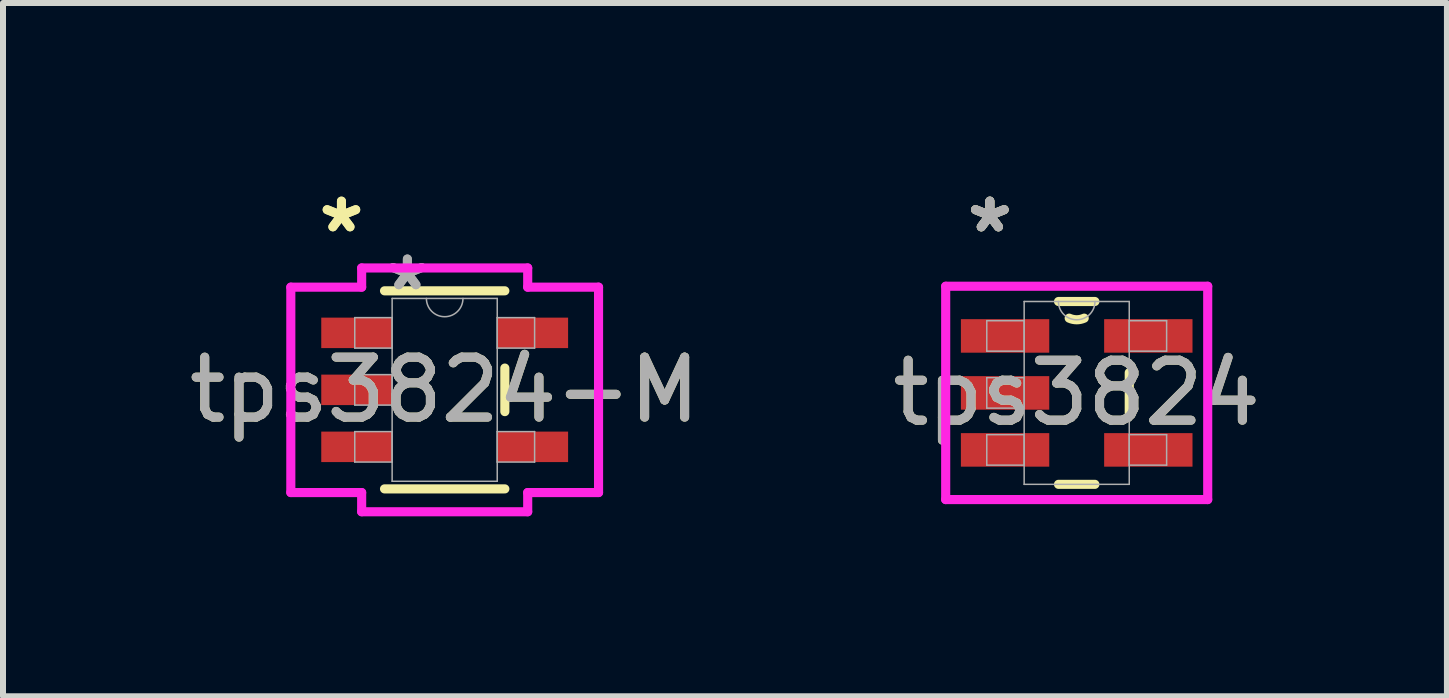
<source format=kicad_pcb>
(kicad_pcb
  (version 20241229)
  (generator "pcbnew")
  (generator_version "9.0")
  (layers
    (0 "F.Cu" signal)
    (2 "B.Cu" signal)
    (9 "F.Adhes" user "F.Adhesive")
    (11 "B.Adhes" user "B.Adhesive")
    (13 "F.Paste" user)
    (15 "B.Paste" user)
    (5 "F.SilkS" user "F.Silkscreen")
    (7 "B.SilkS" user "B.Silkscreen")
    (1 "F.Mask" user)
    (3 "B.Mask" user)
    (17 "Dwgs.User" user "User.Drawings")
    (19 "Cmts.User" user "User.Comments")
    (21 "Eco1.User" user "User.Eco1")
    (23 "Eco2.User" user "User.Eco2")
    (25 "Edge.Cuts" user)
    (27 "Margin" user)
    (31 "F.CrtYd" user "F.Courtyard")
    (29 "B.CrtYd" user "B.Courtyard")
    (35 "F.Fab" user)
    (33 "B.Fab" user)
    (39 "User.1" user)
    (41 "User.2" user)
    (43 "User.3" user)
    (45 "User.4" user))
  (footprint "tps3824"
    (layer "F.Cu")
    (at 14.899 3.5)
    (property "Reference" "tps3824" (at 0 0 0) (unlocked yes) (layer "F.SilkS") (effects (font (size 1 1) (thickness 0.15))))
    (attr smd)
    (fp_line (start -0.303 1.524) (end 0.303 1.524) (stroke (width 0.152) (type solid)) (layer "F.SilkS"))
    (fp_line (start 0.303 -1.524) (end -0.303 -1.524) (stroke (width 0.152) (type solid)) (layer "F.SilkS"))
    (fp_line (start 0.876 0.338) (end 0.876 -0.338) (stroke (width 0.152) (type solid)) (layer "F.SilkS"))
    (fp_arc (start 0.124872 -1.245953) (mid 0 -1.2192) (end -0.124872 -1.245953) (stroke (width 0.1524) (type solid)) (layer "F.SilkS"))
    (fp_line (start -2.184 -1.778) (end 2.184 -1.778) (stroke (width 0.152) (type solid)) (layer "F.CrtYd"))
    (fp_line (start -2.184 1.778) (end -2.184 -1.778) (stroke (width 0.152) (type solid)) (layer "F.CrtYd"))
    (fp_line (start 2.184 -1.778) (end 2.184 1.778) (stroke (width 0.152) (type solid)) (layer "F.CrtYd"))
    (fp_line (start 2.184 1.778) (end -2.184 1.778) (stroke (width 0.152) (type solid)) (layer "F.CrtYd"))
    (fp_line (start -1.499 -1.204) (end -1.499 -0.696) (stroke (width 0.025) (type solid)) (layer "F.Fab"))
    (fp_line (start -1.499 -0.696) (end -0.876 -0.696) (stroke (width 0.025) (type solid)) (layer "F.Fab"))
    (fp_line (start -1.499 -0.254) (end -1.499 0.254) (stroke (width 0.025) (type solid)) (layer "F.Fab"))
    (fp_line (start -1.499 0.254) (end -0.876 0.254) (stroke (width 0.025) (type solid)) (layer "F.Fab"))
    (fp_line (start -1.499 0.696) (end -1.499 1.204) (stroke (width 0.025) (type solid)) (layer "F.Fab"))
    (fp_line (start -1.499 1.204) (end -0.876 1.204) (stroke (width 0.025) (type solid)) (layer "F.Fab"))
    (fp_line (start -0.876 -1.524) (end -0.876 1.524) (stroke (width 0.025) (type solid)) (layer "F.Fab"))
    (fp_line (start -0.876 -1.204) (end -1.499 -1.204) (stroke (width 0.025) (type solid)) (layer "F.Fab"))
    (fp_line (start -0.876 -0.696) (end -0.876 -1.204) (stroke (width 0.025) (type solid)) (layer "F.Fab"))
    (fp_line (start -0.876 -0.254) (end -1.499 -0.254) (stroke (width 0.025) (type solid)) (layer "F.Fab"))
    (fp_line (start -0.876 0.254) (end -0.876 -0.254) (stroke (width 0.025) (type solid)) (layer "F.Fab"))
    (fp_line (start -0.876 0.696) (end -1.499 0.696) (stroke (width 0.025) (type solid)) (layer "F.Fab"))
    (fp_line (start -0.876 1.204) (end -0.876 0.696) (stroke (width 0.025) (type solid)) (layer "F.Fab"))
    (fp_line (start -0.876 1.524) (end 0.876 1.524) (stroke (width 0.025) (type solid)) (layer "F.Fab"))
    (fp_line (start 0.876 -1.524) (end -0.876 -1.524) (stroke (width 0.025) (type solid)) (layer "F.Fab"))
    (fp_line (start 0.876 -1.204) (end 0.876 -0.696) (stroke (width 0.025) (type solid)) (layer "F.Fab"))
    (fp_line (start 0.876 -0.696) (end 1.499 -0.696) (stroke (width 0.025) (type solid)) (layer "F.Fab"))
    (fp_line (start 0.876 0.696) (end 0.876 1.204) (stroke (width 0.025) (type solid)) (layer "F.Fab"))
    (fp_line (start 0.876 1.204) (end 1.499 1.204) (stroke (width 0.025) (type solid)) (layer "F.Fab"))
    (fp_line (start 0.876 1.524) (end 0.876 -1.524) (stroke (width 0.025) (type solid)) (layer "F.Fab"))
    (fp_line (start 1.499 -1.204) (end 0.876 -1.204) (stroke (width 0.025) (type solid)) (layer "F.Fab"))
    (fp_line (start 1.499 -0.696) (end 1.499 -1.204) (stroke (width 0.025) (type solid)) (layer "F.Fab"))
    (fp_line (start 1.499 0.696) (end 0.876 0.696) (stroke (width 0.025) (type solid)) (layer "F.Fab"))
    (fp_line (start 1.499 1.204) (end 1.499 0.696) (stroke (width 0.025) (type solid)) (layer "F.Fab"))
    (fp_arc (start 0.3048 -1.524) (mid 0 -1.2192) (end -0.3048 -1.524) (stroke (width 0.0254) (type solid)) (layer "F.Fab"))
    (fp_text user "*" (at -1.448 -2.652 0) (unlocked yes) (layer "F.SilkS") (effects (font (size 1 1) (thickness 0.15))))
    (fp_text user "*" (at -1.448 -2.652 0) (layer "F.SilkS") (effects (font (size 1 1) (thickness 0.15))))
    (fp_text user "*" (at -1.448 -2.652 0) (unlocked yes) (layer "F.Fab") (effects (font (size 1 1) (thickness 0.15))))
    (fp_text user "${REFERENCE}" (at 0 0 0) (unlocked yes) (layer "F.Fab") (effects (font (size 1 1) (thickness 0.15))))
    (fp_text user "*" (at -1.448 -2.652 0) (layer "F.Fab") (effects (font (size 1 1) (thickness 0.15))))
    (pad "1" smd rect (at -1.194 -0.95) (size 1.473 0.559) (layers "F.Cu" "F.Mask" "F.Paste"))
    (pad "2" smd rect (at -1.194 0) (size 1.473 0.559) (layers "F.Cu" "F.Mask" "F.Paste"))
    (pad "3" smd rect (at -1.194 0.95) (size 1.473 0.559) (layers "F.Cu" "F.Mask" "F.Paste"))
    (pad "4" smd rect (at 1.194 0.95) (size 1.473 0.559) (layers "F.Cu" "F.Mask" "F.Paste"))
    (pad "5" smd rect (at 1.194 -0.95) (size 1.473 0.559) (layers "F.Cu" "F.Mask" "F.Paste")))
  (footprint "tps3824-M"
    (layer "F.Cu")
    (at 4.363 3.449)
    (property "Reference" "tps3824-M" (at 0 0 0) (unlocked yes) (layer "F.SilkS") (effects (font (size 1 1) (thickness 0.15))))
    (attr smd)
    (fp_line (start -1.003 1.651) (end 1.003 1.651) (stroke (width 0.152) (type solid)) (layer "F.SilkS"))
    (fp_line (start 1.003 -1.651) (end -1.003 -1.651) (stroke (width 0.152) (type solid)) (layer "F.SilkS"))
    (fp_line (start 1.003 0.363) (end 1.003 -0.363) (stroke (width 0.152) (type solid)) (layer "F.SilkS"))
    (fp_line (start -2.565 -1.712) (end -1.384 -1.712) (stroke (width 0.152) (type solid)) (layer "F.CrtYd"))
    (fp_line (start -2.565 1.712) (end -2.565 -1.712) (stroke (width 0.152) (type solid)) (layer "F.CrtYd"))
    (fp_line (start -1.384 -2.032) (end 1.384 -2.032) (stroke (width 0.152) (type solid)) (layer "F.CrtYd"))
    (fp_line (start -1.384 -1.712) (end -1.384 -2.032) (stroke (width 0.152) (type solid)) (layer "F.CrtYd"))
    (fp_line (start -1.384 1.712) (end -2.565 1.712) (stroke (width 0.152) (type solid)) (layer "F.CrtYd"))
    (fp_line (start -1.384 2.032) (end -1.384 1.712) (stroke (width 0.152) (type solid)) (layer "F.CrtYd"))
    (fp_line (start 1.384 -2.032) (end 1.384 -1.712) (stroke (width 0.152) (type solid)) (layer "F.CrtYd"))
    (fp_line (start 1.384 -1.712) (end 2.565 -1.712) (stroke (width 0.152) (type solid)) (layer "F.CrtYd"))
    (fp_line (start 1.384 1.712) (end 1.384 2.032) (stroke (width 0.152) (type solid)) (layer "F.CrtYd"))
    (fp_line (start 1.384 2.032) (end -1.384 2.032) (stroke (width 0.152) (type solid)) (layer "F.CrtYd"))
    (fp_line (start 2.565 -1.712) (end 2.565 1.712) (stroke (width 0.152) (type solid)) (layer "F.CrtYd"))
    (fp_line (start 2.565 1.712) (end 1.384 1.712) (stroke (width 0.152) (type solid)) (layer "F.CrtYd"))
    (fp_line (start -1.499 -1.204) (end -1.499 -0.696) (stroke (width 0.025) (type solid)) (layer "F.Fab"))
    (fp_line (start -1.499 -0.696) (end -0.876 -0.696) (stroke (width 0.025) (type solid)) (layer "F.Fab"))
    (fp_line (start -1.499 -0.254) (end -1.499 0.254) (stroke (width 0.025) (type solid)) (layer "F.Fab"))
    (fp_line (start -1.499 0.254) (end -0.876 0.254) (stroke (width 0.025) (type solid)) (layer "F.Fab"))
    (fp_line (start -1.499 0.696) (end -1.499 1.204) (stroke (width 0.025) (type solid)) (layer "F.Fab"))
    (fp_line (start -1.499 1.204) (end -0.876 1.204) (stroke (width 0.025) (type solid)) (layer "F.Fab"))
    (fp_line (start -0.876 -1.524) (end -0.876 1.524) (stroke (width 0.025) (type solid)) (layer "F.Fab"))
    (fp_line (start -0.876 -1.204) (end -1.499 -1.204) (stroke (width 0.025) (type solid)) (layer "F.Fab"))
    (fp_line (start -0.876 -0.696) (end -0.876 -1.204) (stroke (width 0.025) (type solid)) (layer "F.Fab"))
    (fp_line (start -0.876 -0.254) (end -1.499 -0.254) (stroke (width 0.025) (type solid)) (layer "F.Fab"))
    (fp_line (start -0.876 0.254) (end -0.876 -0.254) (stroke (width 0.025) (type solid)) (layer "F.Fab"))
    (fp_line (start -0.876 0.696) (end -1.499 0.696) (stroke (width 0.025) (type solid)) (layer "F.Fab"))
    (fp_line (start -0.876 1.204) (end -0.876 0.696) (stroke (width 0.025) (type solid)) (layer "F.Fab"))
    (fp_line (start -0.876 1.524) (end 0.876 1.524) (stroke (width 0.025) (type solid)) (layer "F.Fab"))
    (fp_line (start 0.876 -1.524) (end -0.876 -1.524) (stroke (width 0.025) (type solid)) (layer "F.Fab"))
    (fp_line (start 0.876 -1.204) (end 0.876 -0.696) (stroke (width 0.025) (type solid)) (layer "F.Fab"))
    (fp_line (start 0.876 -0.696) (end 1.499 -0.696) (stroke (width 0.025) (type solid)) (layer "F.Fab"))
    (fp_line (start 0.876 0.696) (end 0.876 1.204) (stroke (width 0.025) (type solid)) (layer "F.Fab"))
    (fp_line (start 0.876 1.204) (end 1.499 1.204) (stroke (width 0.025) (type solid)) (layer "F.Fab"))
    (fp_line (start 0.876 1.524) (end 0.876 -1.524) (stroke (width 0.025) (type solid)) (layer "F.Fab"))
    (fp_line (start 1.499 -1.204) (end 0.876 -1.204) (stroke (width 0.025) (type solid)) (layer "F.Fab"))
    (fp_line (start 1.499 -0.696) (end 1.499 -1.204) (stroke (width 0.025) (type solid)) (layer "F.Fab"))
    (fp_line (start 1.499 0.696) (end 0.876 0.696) (stroke (width 0.025) (type solid)) (layer "F.Fab"))
    (fp_line (start 1.499 1.204) (end 1.499 0.696) (stroke (width 0.025) (type solid)) (layer "F.Fab"))
    (fp_arc (start 0.3048 -1.524) (mid 0 -1.2192) (end -0.3048 -1.524) (stroke (width 0.0254) (type solid)) (layer "F.Fab"))
    (fp_text user "*" (at -1.721 -2.601 0) (layer "F.SilkS") (effects (font (size 1 1) (thickness 0.15))))
    (fp_text user "*" (at -1.721 -2.601 0) (unlocked yes) (layer "F.SilkS") (effects (font (size 1 1) (thickness 0.15))))
    (fp_text user "*" (at -0.622 -1.636 0) (layer "F.Fab") (effects (font (size 1 1) (thickness 0.15))))
    (fp_text user "${REFERENCE}" (at 0 0 0) (unlocked yes) (layer "F.Fab") (effects (font (size 1 1) (thickness 0.15))))
    (fp_text user "*" (at -0.622 -1.636 0) (unlocked yes) (layer "F.Fab") (effects (font (size 1 1) (thickness 0.15))))
    (pad "1" smd rect (at -1.467 -0.95) (size 1.181 0.508) (layers "F.Cu" "F.Mask" "F.Paste"))
    (pad "2" smd rect (at -1.467 0) (size 1.181 0.508) (layers "F.Cu" "F.Mask" "F.Paste"))
    (pad "3" smd rect (at -1.467 0.95) (size 1.181 0.508) (layers "F.Cu" "F.Mask" "F.Paste"))
    (pad "4" smd rect (at 1.467 0.95) (size 1.181 0.508) (layers "F.Cu" "F.Mask" "F.Paste"))
    (pad "5" smd rect (at 1.467 -0.95) (size 1.181 0.508) (layers "F.Cu" "F.Mask" "F.Paste")))
  (gr_rect
    (start -3 -3)
    (end 21.071 8.557)
    (stroke (width 0.1) (type default))
    (fill no)
    (layer "Edge.Cuts")))
</source>
